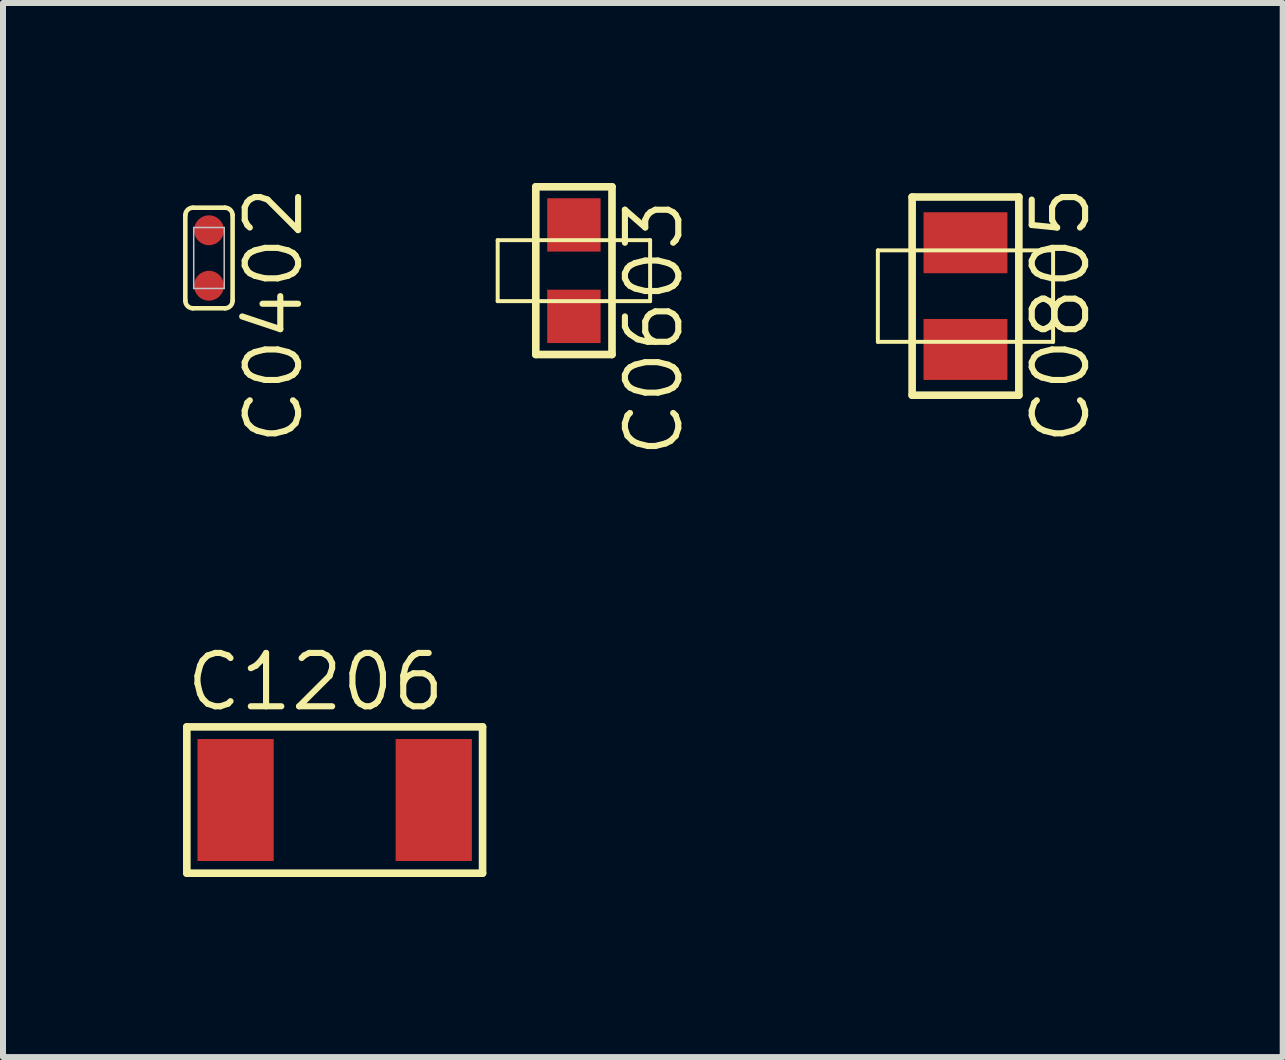
<source format=kicad_pcb>
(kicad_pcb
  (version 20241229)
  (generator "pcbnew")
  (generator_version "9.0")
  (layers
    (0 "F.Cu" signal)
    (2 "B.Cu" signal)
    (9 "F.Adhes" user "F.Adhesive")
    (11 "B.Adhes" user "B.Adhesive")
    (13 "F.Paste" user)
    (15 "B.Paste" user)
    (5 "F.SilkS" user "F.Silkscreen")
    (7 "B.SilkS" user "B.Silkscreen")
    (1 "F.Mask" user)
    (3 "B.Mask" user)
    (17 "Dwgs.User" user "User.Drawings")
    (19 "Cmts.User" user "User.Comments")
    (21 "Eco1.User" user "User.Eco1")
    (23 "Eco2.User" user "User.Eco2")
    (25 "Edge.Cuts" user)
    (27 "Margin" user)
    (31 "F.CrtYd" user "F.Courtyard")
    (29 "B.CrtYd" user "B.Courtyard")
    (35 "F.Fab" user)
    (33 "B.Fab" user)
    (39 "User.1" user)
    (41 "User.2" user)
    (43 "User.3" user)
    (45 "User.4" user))
  (footprint "C0402"
    (layer "F.Cu")
    (at 0.432 1.249)
    (property "Reference" "C0402" (at 1.079 0.953 270) (layer "F.SilkS") (effects (font (size 0.889 0.889) (thickness 0.102))))
    (attr smd)
    (fp_line (start -0.394 0.711) (end -0.394 -0.711) (stroke (width 0.076) (type solid)) (layer "F.SilkS"))
    (fp_line (start -0.267 -0.838) (end 0.267 -0.838) (stroke (width 0.076) (type solid)) (layer "F.SilkS"))
    (fp_line (start 0.267 0.838) (end -0.267 0.838) (stroke (width 0.076) (type solid)) (layer "F.SilkS"))
    (fp_line (start 0.394 -0.711) (end 0.394 0.711) (stroke (width 0.076) (type solid)) (layer "F.SilkS"))
    (fp_arc (start -0.3937 -0.7112) (mid -0.356503 -0.801003) (end -0.2667 -0.8382) (stroke (width 0.0762) (type solid)) (layer "F.SilkS"))
    (fp_arc (start -0.2667 0.8382) (mid -0.356503 0.801003) (end -0.3937 0.7112) (stroke (width 0.0762) (type solid)) (layer "F.SilkS"))
    (fp_arc (start 0.2667 -0.8382) (mid 0.356503 -0.801003) (end 0.3937 -0.7112) (stroke (width 0.0762) (type solid)) (layer "F.SilkS"))
    (fp_arc (start 0.3937 0.7112) (mid 0.356503 0.801003) (end 0.2667 0.8382) (stroke (width 0.0762) (type solid)) (layer "F.SilkS"))
    (fp_line (start -0.254 -0.508) (end 0.254 -0.508) (stroke (width 0.025) (type solid)) (layer "Dwgs.User"))
    (fp_line (start -0.254 0.508) (end -0.254 -0.508) (stroke (width 0.025) (type solid)) (layer "Dwgs.User"))
    (fp_line (start 0.254 -0.508) (end 0.254 0.508) (stroke (width 0.025) (type solid)) (layer "Dwgs.User"))
    (fp_line (start 0.254 0.508) (end -0.254 0.508) (stroke (width 0.025) (type solid)) (layer "Dwgs.User"))
    (pad "1" smd circle (at 0 -0.462 270) (size 0.498 0.498) (layers "F.Cu" "F.Mask" "F.Paste"))
    (pad "2" smd circle (at 0 0.462 270) (size 0.498 0.498) (layers "F.Cu" "F.Mask" "F.Paste")))
  (footprint "C0603"
    (layer "F.Cu")
    (at 6.513 1.46)
    (property "Reference" "C0603" (at 1.333 0.953 270) (layer "F.SilkS") (effects (font (size 0.889 0.889) (thickness 0.102))))
    (attr smd)
    (fp_line (start -1.27 -0.508) (end 1.27 -0.508) (stroke (width 0.066) (type solid)) (layer "F.SilkS"))
    (fp_line (start -1.27 0.508) (end -1.27 -0.508) (stroke (width 0.066) (type solid)) (layer "F.SilkS"))
    (fp_line (start -1.27 0.508) (end 1.27 0.508) (stroke (width 0.066) (type solid)) (layer "F.SilkS"))
    (fp_line (start -0.635 -1.397) (end 0.635 -1.397) (stroke (width 0.127) (type solid)) (layer "F.SilkS"))
    (fp_line (start -0.635 1.397) (end -0.635 -1.397) (stroke (width 0.127) (type solid)) (layer "F.SilkS"))
    (fp_line (start 0.635 -1.397) (end 0.635 1.397) (stroke (width 0.127) (type solid)) (layer "F.SilkS"))
    (fp_line (start 0.635 1.397) (end -0.635 1.397) (stroke (width 0.127) (type solid)) (layer "F.SilkS"))
    (fp_line (start 1.27 0.508) (end 1.27 -0.508) (stroke (width 0.066) (type solid)) (layer "F.SilkS"))
    (pad "1" smd rect (at 0 -0.762 270) (size 0.889 0.889) (layers "F.Cu" "F.Mask" "F.Paste"))
    (pad "2" smd rect (at 0 0.762 270) (size 0.889 0.889) (layers "F.Cu" "F.Mask" "F.Paste")))
  (footprint "C1206"
    (layer "F.Cu")
    (at 2.527 10.281)
    (property "Reference" "C1206" (at -0.318 -1.968 0) (layer "F.SilkS") (effects (font (size 0.889 0.889) (thickness 0.102))))
    (attr smd)
    (fp_line (start -2.464 -1.219) (end 2.464 -1.219) (stroke (width 0.127) (type solid)) (layer "F.SilkS"))
    (fp_line (start -2.464 1.219) (end -2.464 -1.219) (stroke (width 0.127) (type solid)) (layer "F.SilkS"))
    (fp_line (start 2.464 -1.219) (end 2.464 1.219) (stroke (width 0.127) (type solid)) (layer "F.SilkS"))
    (fp_line (start 2.464 1.219) (end -2.464 1.219) (stroke (width 0.127) (type solid)) (layer "F.SilkS"))
    (pad "1" smd rect (at -1.651 0) (size 1.27 2.032) (layers "F.Cu" "F.Mask" "F.Paste"))
    (pad "2" smd rect (at 1.651 0) (size 1.27 2.032) (layers "F.Cu" "F.Mask" "F.Paste")))
  (footprint "C0805"
    (layer "F.Cu")
    (at 13.038 1.884)
    (property "Reference" "C0805" (at 1.587 0.318 270) (layer "F.SilkS") (effects (font (size 0.889 0.889) (thickness 0.102))))
    (attr smd)
    (fp_line (start -1.46 -0.762) (end 1.46 -0.762) (stroke (width 0.066) (type solid)) (layer "F.SilkS"))
    (fp_line (start -1.46 0.762) (end -1.46 -0.762) (stroke (width 0.066) (type solid)) (layer "F.SilkS"))
    (fp_line (start -1.46 0.762) (end 1.46 0.762) (stroke (width 0.066) (type solid)) (layer "F.SilkS"))
    (fp_line (start -0.889 -1.651) (end 0.889 -1.651) (stroke (width 0.127) (type solid)) (layer "F.SilkS"))
    (fp_line (start -0.889 1.651) (end -0.889 -1.651) (stroke (width 0.127) (type solid)) (layer "F.SilkS"))
    (fp_line (start 0.889 -1.651) (end 0.889 1.651) (stroke (width 0.127) (type solid)) (layer "F.SilkS"))
    (fp_line (start 0.889 1.651) (end -0.889 1.651) (stroke (width 0.127) (type solid)) (layer "F.SilkS"))
    (fp_line (start 1.46 0.762) (end 1.46 -0.762) (stroke (width 0.066) (type solid)) (layer "F.SilkS"))
    (pad "1" smd rect (at 0 -0.889 270) (size 1.016 1.397) (layers "F.Cu" "F.Mask" "F.Paste"))
    (pad "2" smd rect (at 0 0.889 270) (size 1.016 1.397) (layers "F.Cu" "F.Mask" "F.Paste")))
  (gr_rect
    (start -3 -3)
    (end 18.324 14.564)
    (stroke (width 0.1) (type default))
    (fill no)
    (layer "Edge.Cuts")))
</source>
